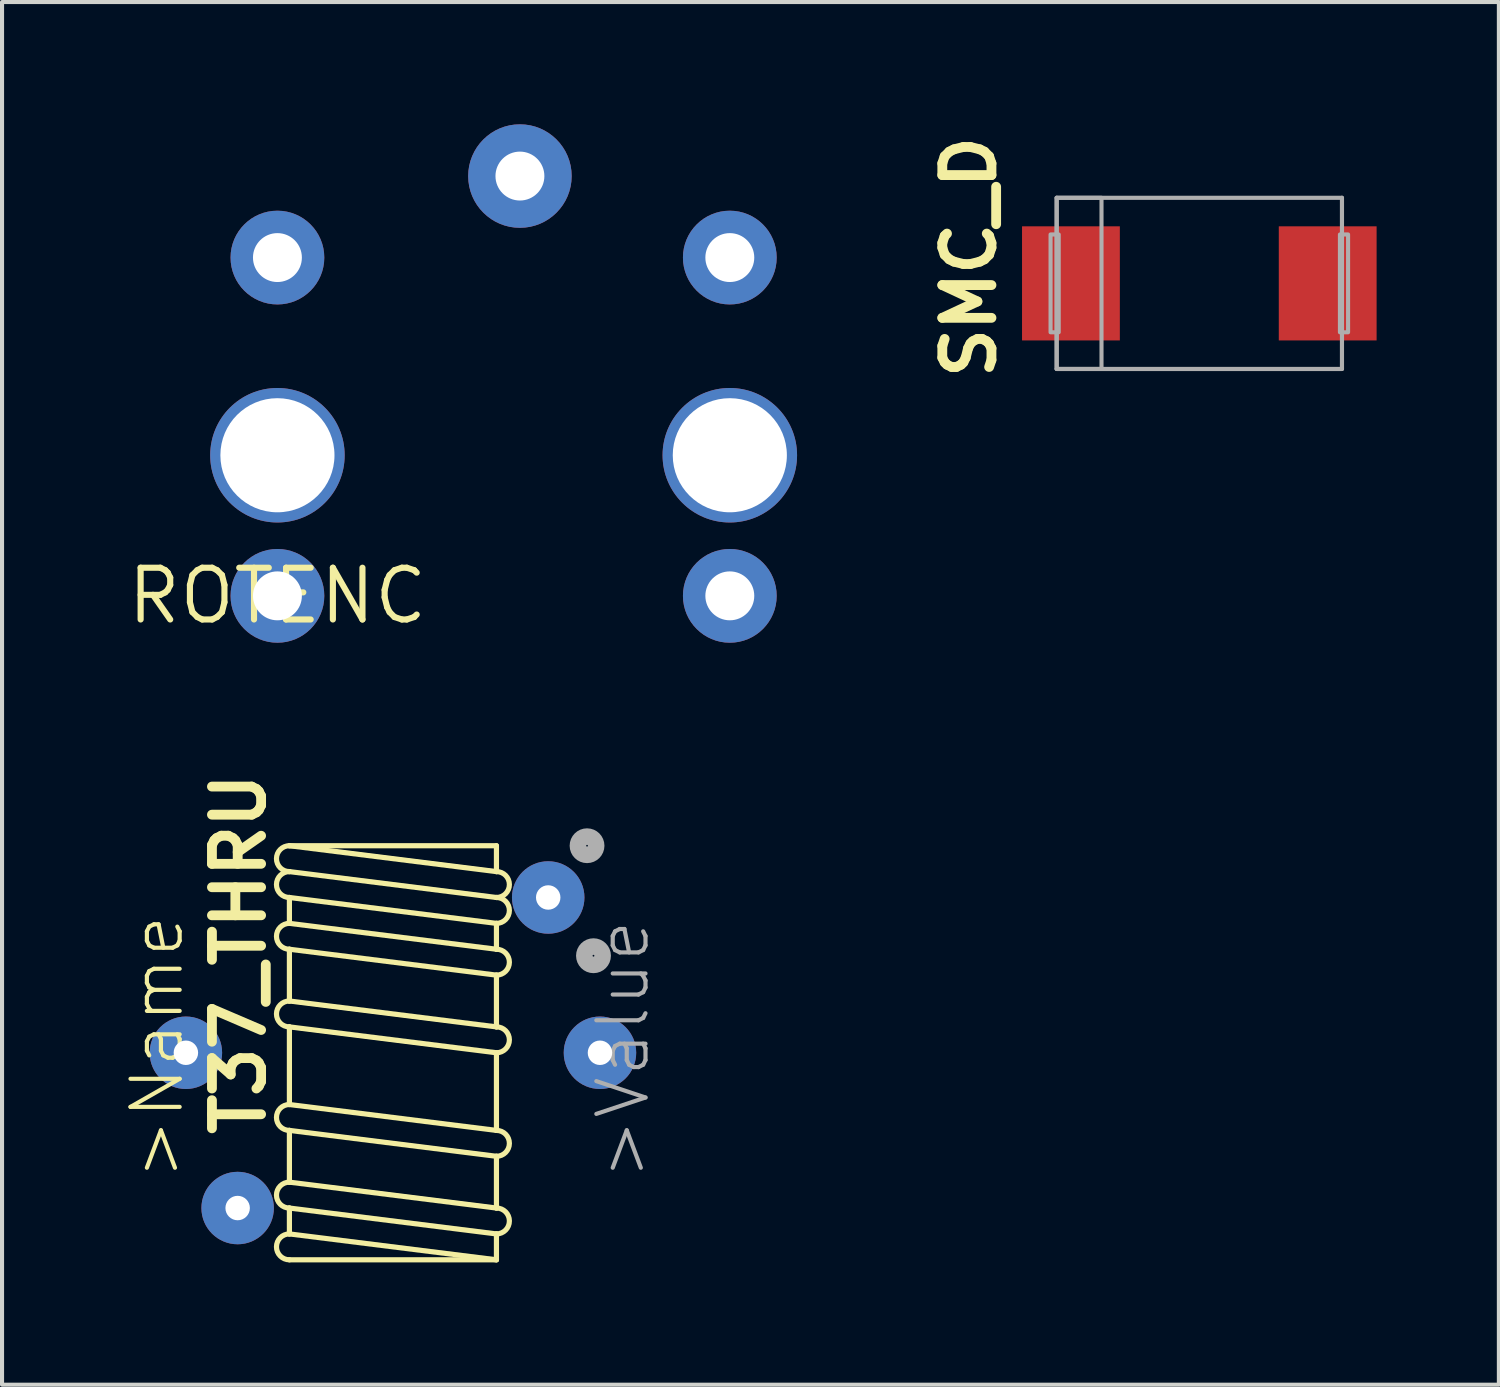
<source format=kicad_pcb>
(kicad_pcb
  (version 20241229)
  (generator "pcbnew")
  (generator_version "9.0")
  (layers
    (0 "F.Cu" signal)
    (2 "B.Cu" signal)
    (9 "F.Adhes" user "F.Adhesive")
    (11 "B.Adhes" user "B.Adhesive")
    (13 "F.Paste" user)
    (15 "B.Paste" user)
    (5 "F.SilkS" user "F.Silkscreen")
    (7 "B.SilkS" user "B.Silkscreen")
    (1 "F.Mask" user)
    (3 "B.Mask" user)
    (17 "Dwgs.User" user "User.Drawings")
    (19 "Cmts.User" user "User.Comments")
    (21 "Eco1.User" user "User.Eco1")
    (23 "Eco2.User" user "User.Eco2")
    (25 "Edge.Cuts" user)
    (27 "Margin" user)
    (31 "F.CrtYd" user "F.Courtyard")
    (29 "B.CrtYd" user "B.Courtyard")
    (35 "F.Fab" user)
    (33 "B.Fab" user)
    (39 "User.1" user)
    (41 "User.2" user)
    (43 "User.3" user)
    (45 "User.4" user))
  (footprint "T37_THRU"
    (layer "F.Cu")
    (at 6.591 22.781)
    (property "Reference" "T37_THRU" (at -3.78 -2.425 90) (layer "F.SilkS") (effects (font (size 1.206 1.206) (thickness 0.241))))
    (attr through_hole)
    (fp_line (start -2.54 -5.08) (end 2.54 -4.445) (stroke (width 0.127) (type solid)) (layer "F.SilkS"))
    (fp_line (start -2.54 -4.445) (end 2.54 -3.81) (stroke (width 0.127) (type solid)) (layer "F.SilkS"))
    (fp_line (start -2.54 -3.81) (end -2.54 -3.175) (stroke (width 0.127) (type solid)) (layer "F.SilkS"))
    (fp_line (start -2.54 -3.81) (end 2.54 -3.175) (stroke (width 0.127) (type solid)) (layer "F.SilkS"))
    (fp_line (start -2.54 -3.175) (end 2.54 -2.54) (stroke (width 0.127) (type solid)) (layer "F.SilkS"))
    (fp_line (start -2.54 -2.54) (end -2.54 -1.27) (stroke (width 0.127) (type solid)) (layer "F.SilkS"))
    (fp_line (start -2.54 -2.54) (end 2.54 -1.905) (stroke (width 0.127) (type solid)) (layer "F.SilkS"))
    (fp_line (start -2.54 -1.27) (end 2.54 -0.635) (stroke (width 0.127) (type solid)) (layer "F.SilkS"))
    (fp_line (start -2.54 -0.635) (end -2.54 1.27) (stroke (width 0.127) (type solid)) (layer "F.SilkS"))
    (fp_line (start -2.54 -0.635) (end 2.54 0) (stroke (width 0.127) (type solid)) (layer "F.SilkS"))
    (fp_line (start -2.54 1.27) (end 2.54 1.905) (stroke (width 0.127) (type solid)) (layer "F.SilkS"))
    (fp_line (start -2.54 1.905) (end -2.54 3.175) (stroke (width 0.127) (type solid)) (layer "F.SilkS"))
    (fp_line (start -2.54 1.905) (end 2.54 2.54) (stroke (width 0.127) (type solid)) (layer "F.SilkS"))
    (fp_line (start -2.54 3.175) (end 2.54 3.81) (stroke (width 0.127) (type solid)) (layer "F.SilkS"))
    (fp_line (start -2.54 3.81) (end -2.54 4.445) (stroke (width 0.127) (type solid)) (layer "F.SilkS"))
    (fp_line (start -2.54 3.81) (end 2.54 4.445) (stroke (width 0.127) (type solid)) (layer "F.SilkS"))
    (fp_line (start -2.54 4.445) (end 2.54 5.08) (stroke (width 0.127) (type solid)) (layer "F.SilkS"))
    (fp_line (start -2.54 5.08) (end 2.54 5.08) (stroke (width 0.127) (type solid)) (layer "F.SilkS"))
    (fp_line (start 2.54 -5.08) (end -2.54 -5.08) (stroke (width 0.127) (type solid)) (layer "F.SilkS"))
    (fp_line (start 2.54 -4.445) (end 2.54 -5.08) (stroke (width 0.127) (type solid)) (layer "F.SilkS"))
    (fp_line (start 2.54 -2.54) (end 2.54 -3.175) (stroke (width 0.127) (type solid)) (layer "F.SilkS"))
    (fp_line (start 2.54 -0.635) (end 2.54 -1.905) (stroke (width 0.127) (type solid)) (layer "F.SilkS"))
    (fp_line (start 2.54 1.905) (end 2.54 0) (stroke (width 0.127) (type solid)) (layer "F.SilkS"))
    (fp_line (start 2.54 3.81) (end 2.54 2.54) (stroke (width 0.127) (type solid)) (layer "F.SilkS"))
    (fp_line (start 2.54 5.08) (end 2.54 4.445) (stroke (width 0.127) (type solid)) (layer "F.SilkS"))
    (fp_arc (start -2.54 -4.445) (mid -2.8575 -4.7625) (end -2.54 -5.08) (stroke (width 0.127) (type solid)) (layer "F.SilkS"))
    (fp_arc (start -2.54 -3.81) (mid -2.8575 -4.1275) (end -2.54 -4.445) (stroke (width 0.127) (type solid)) (layer "F.SilkS"))
    (fp_arc (start -2.54 -2.54) (mid -2.8575 -2.8575) (end -2.54 -3.175) (stroke (width 0.127) (type solid)) (layer "F.SilkS"))
    (fp_arc (start -2.54 -0.635) (mid -2.8575 -0.9525) (end -2.54 -1.27) (stroke (width 0.127) (type solid)) (layer "F.SilkS"))
    (fp_arc (start -2.54 1.905) (mid -2.8575 1.5875) (end -2.54 1.27) (stroke (width 0.127) (type solid)) (layer "F.SilkS"))
    (fp_arc (start -2.54 3.81) (mid -2.8575 3.4925) (end -2.54 3.175) (stroke (width 0.127) (type solid)) (layer "F.SilkS"))
    (fp_arc (start -2.54 5.08) (mid -2.8575 4.7625) (end -2.54 4.445) (stroke (width 0.127) (type solid)) (layer "F.SilkS"))
    (fp_arc (start 2.54 -4.445) (mid 2.8575 -4.1275) (end 2.54 -3.81) (stroke (width 0.127) (type solid)) (layer "F.SilkS"))
    (fp_arc (start 2.54 -3.81) (mid 2.8575 -3.4925) (end 2.54 -3.175) (stroke (width 0.127) (type solid)) (layer "F.SilkS"))
    (fp_arc (start 2.54 -2.54) (mid 2.8575 -2.2225) (end 2.54 -1.905) (stroke (width 0.127) (type solid)) (layer "F.SilkS"))
    (fp_arc (start 2.54 -0.635) (mid 2.8575 -0.3175) (end 2.54 0) (stroke (width 0.127) (type solid)) (layer "F.SilkS"))
    (fp_arc (start 2.54 1.905) (mid 2.8575 2.2225) (end 2.54 2.54) (stroke (width 0.127) (type solid)) (layer "F.SilkS"))
    (fp_arc (start 2.54 3.81) (mid 2.8575 4.1275) (end 2.54 4.445) (stroke (width 0.127) (type solid)) (layer "F.SilkS"))
    (fp_circle (center 4.763 -5.08) (end 4.987 -5.08) (stroke (width 0.406) (type solid)) (fill no) (layer "F.Fab"))
    (fp_circle (center 4.921 -2.381) (end 5.146 -2.381) (stroke (width 0.406) (type solid)) (fill no) (layer "F.Fab"))
    (fp_text user ">Name" (at -5.08 3.175 90) (layer "F.SilkS") (effects (font (size 1.206 1.206) (thickness 0.102)) (justify left bottom)))
    (fp_text user ">Value" (at 6.35 3.175 90) (layer "F.Fab") (effects (font (size 1.206 1.206) (thickness 0.102)) (justify left bottom)))
    (pad "C1B" thru_hole circle (at 3.81 -3.81) (size 1.778 1.778) (drill 0.6) (layers "*.Cu" "*.Mask"))
    (pad "C2A" thru_hole circle (at -3.81 3.81) (size 1.778 1.778) (drill 0.6) (layers "*.Cu" "*.Mask"))
    (pad "THRU1" thru_hole circle (at -5.08 0) (size 1.778 1.778) (drill 0.6) (layers "*.Cu" "*.Mask"))
    (pad "THRU2" thru_hole circle (at 5.08 0) (size 1.778 1.778) (drill 0.6) (layers "*.Cu" "*.Mask")))
  (footprint "SMC_D"
    (layer "F.Cu")
    (at 26.377 3.903)
    (property "Reference" "SMC_D" (at -4.94 2.44 270) (layer "F.SilkS") (effects (font (size 1.206 1.206) (thickness 0.241)) (justify left bottom)))
    (attr through_hole)
    (fp_line (start -3.5 -2.1) (end 3.5 -2.1) (stroke (width 0.102) (type solid)) (layer "F.Fab"))
    (fp_line (start -3.5 2.1) (end -3.5 -2.1) (stroke (width 0.102) (type solid)) (layer "F.Fab"))
    (fp_line (start 3.5 -2.1) (end 3.5 2.1) (stroke (width 0.102) (type solid)) (layer "F.Fab"))
    (fp_line (start 3.5 2.1) (end -3.5 2.1) (stroke (width 0.102) (type solid)) (layer "F.Fab"))
    (fp_poly (pts (xy -3.65 1.2) (xy -3.45 1.2) (xy -3.45 -1.2) (xy -3.65 -1.2)) (stroke (width 0.1) (type solid)) (fill no) (layer "F.Fab"))
    (fp_poly (pts (xy -3.5 2.1) (xy -2.4 2.1) (xy -2.4 -2.1) (xy -3.5 -2.1)) (stroke (width 0.1) (type solid)) (fill no) (layer "F.Fab"))
    (fp_poly (pts (xy 3.65 -1.2) (xy 3.45 -1.2) (xy 3.45 1.2) (xy 3.65 1.2)) (stroke (width 0.1) (type solid)) (fill no) (layer "F.Fab"))
    (pad "+" smd rect (at -3.15 0) (size 2.4 2.8) (layers "F.Cu" "F.Mask" "F.Paste"))
    (pad "-" smd rect (at 3.15 0 180) (size 2.4 2.8) (layers "F.Cu" "F.Mask" "F.Paste")))
  (footprint "ROTENC"
    (layer "F.Cu")
    (at 3.757 11.57)
    (property "Reference" "ROTENC" (at 0 0 0) (layer "F.SilkS") (effects (font (size 1.27 1.27) (thickness 0.15))))
    (attr through_hole)
    (pad "P$1" thru_hole circle (at 0 -8.3) (size 2.3 2.3) (drill 1.2) (layers "*.Cu" "*.Mask"))
    (pad "P$2" thru_hole circle (at 11.1 -8.3) (size 2.3 2.3) (drill 1.2) (layers "*.Cu" "*.Mask"))
    (pad "P$3" thru_hole circle (at 0 0) (size 2.3 2.3) (drill 1.2) (layers "*.Cu" "*.Mask"))
    (pad "P$4" thru_hole circle (at 11.1 0) (size 2.3 2.3) (drill 1.2) (layers "*.Cu" "*.Mask"))
    (pad "P$5" thru_hole circle (at 5.95 -10.3) (size 2.54 2.54) (drill 1.2) (layers "*.Cu" "*.Mask"))
    (pad "P$6" thru_hole circle (at 0 -3.45) (size 3.3 3.3) (drill 2.8) (layers "*.Cu" "*.Mask"))
    (pad "P$7" thru_hole circle (at 11.1 -3.45) (size 3.3 3.3) (drill 2.8) (layers "*.Cu" "*.Mask")))
  (gr_rect
    (start -3 -3)
    (end 33.727 30.925)
    (stroke (width 0.1) (type default))
    (fill no)
    (layer "Edge.Cuts")))
</source>
